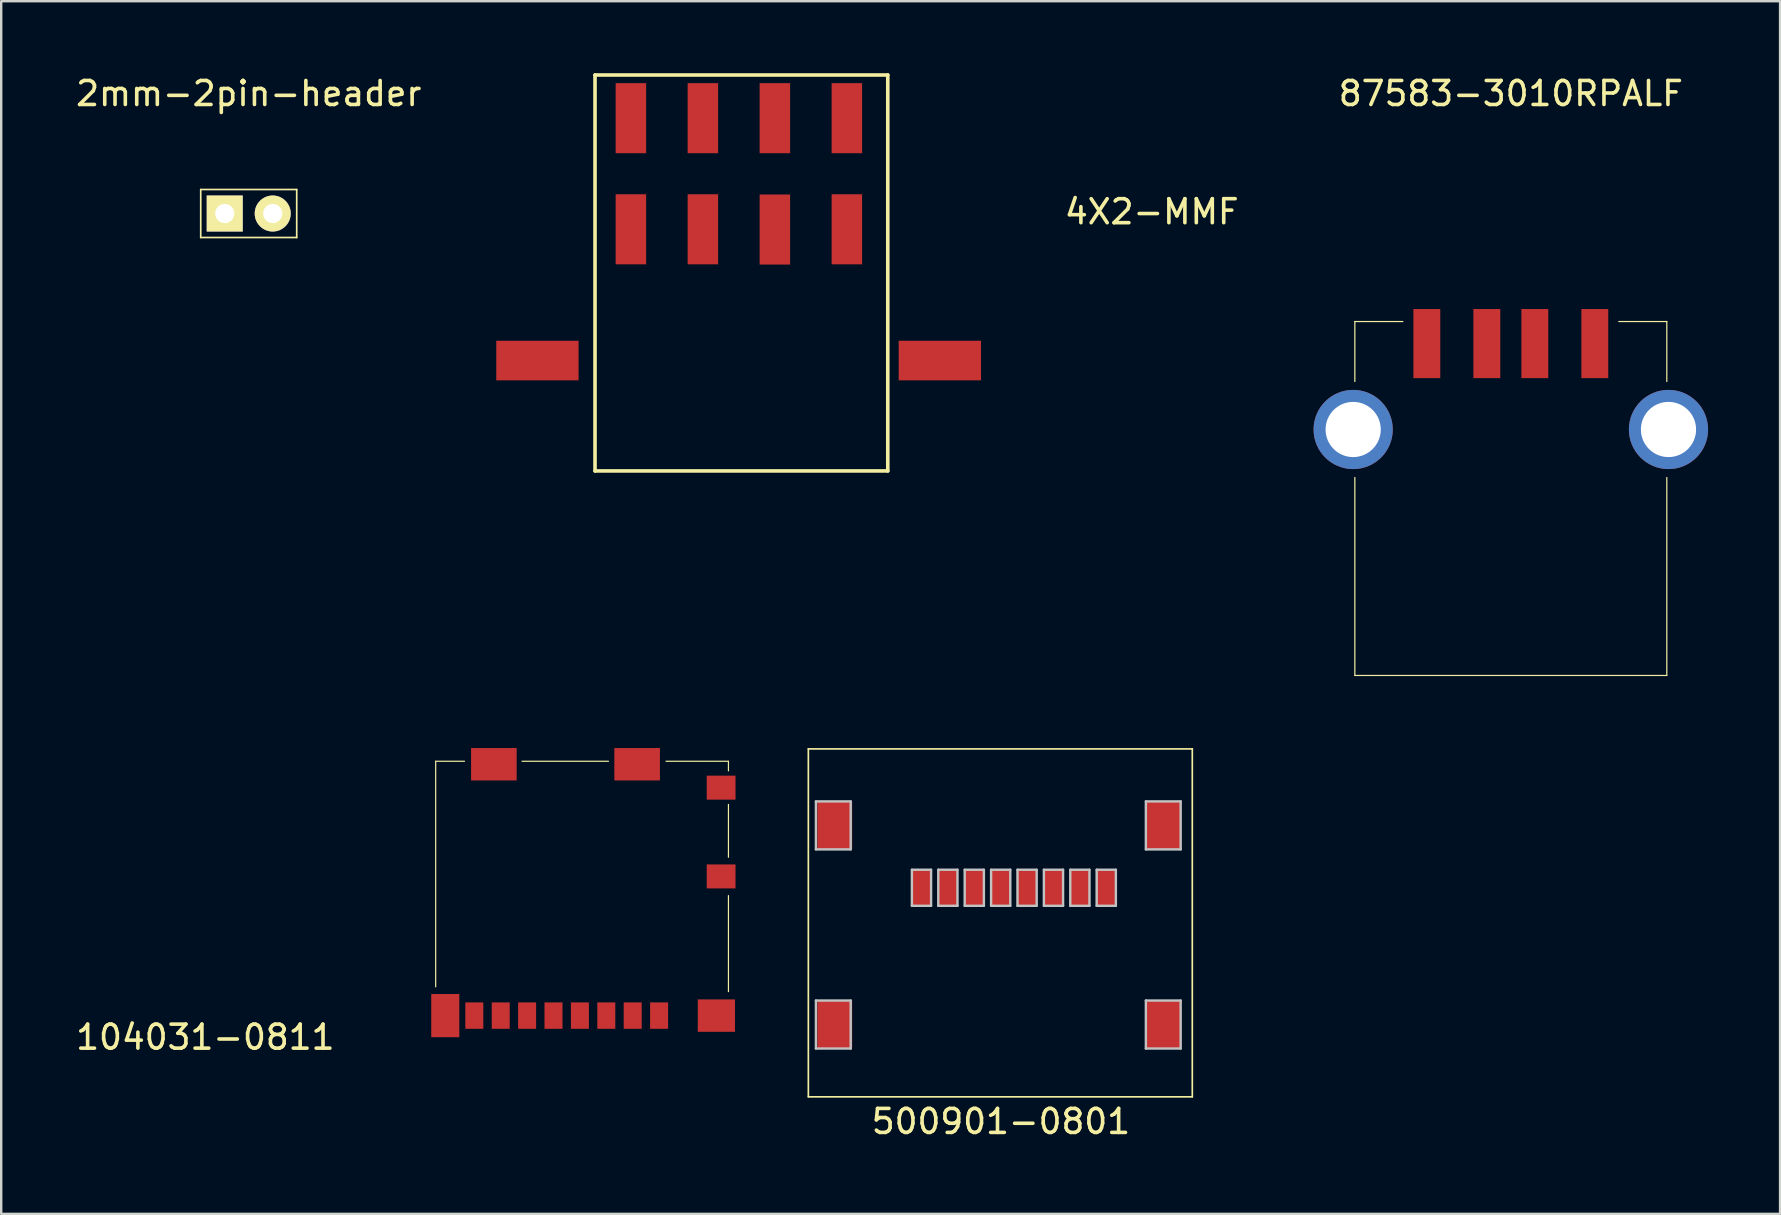
<source format=kicad_pcb>
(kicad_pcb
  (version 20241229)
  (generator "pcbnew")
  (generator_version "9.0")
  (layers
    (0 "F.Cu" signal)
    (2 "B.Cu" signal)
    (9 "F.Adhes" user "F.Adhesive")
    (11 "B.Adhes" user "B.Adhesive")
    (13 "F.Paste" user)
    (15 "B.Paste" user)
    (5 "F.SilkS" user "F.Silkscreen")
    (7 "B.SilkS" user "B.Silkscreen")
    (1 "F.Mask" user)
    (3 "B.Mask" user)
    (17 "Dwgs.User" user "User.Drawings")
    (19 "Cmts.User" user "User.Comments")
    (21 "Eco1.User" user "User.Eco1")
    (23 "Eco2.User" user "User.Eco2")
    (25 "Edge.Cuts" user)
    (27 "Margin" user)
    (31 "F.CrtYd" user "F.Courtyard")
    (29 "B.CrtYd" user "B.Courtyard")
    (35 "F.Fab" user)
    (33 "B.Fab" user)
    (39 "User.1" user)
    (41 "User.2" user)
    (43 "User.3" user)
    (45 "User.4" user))
  (footprint "87583-3010RPALF"
    (layer "F.Cu")
    (at 59.91 14.848)
    (property "Reference" "87583-3010RPALF" (at 0 -14 0) (layer "F.SilkS") (effects (font (size 1 1) (thickness 0.15))))
    (attr through_hole)
    (fp_line (start -6.5 -4.5) (end -6.5 -2) (stroke (width 0.05) (type solid)) (layer "F.SilkS"))
    (fp_line (start -6.5 -4.5) (end -4.5 -4.5) (stroke (width 0.05) (type solid)) (layer "F.SilkS"))
    (fp_line (start -6.5 2) (end -6.5 10.25) (stroke (width 0.05) (type solid)) (layer "F.SilkS"))
    (fp_line (start -6.5 10.25) (end 6.5 10.25) (stroke (width 0.05) (type solid)) (layer "F.SilkS"))
    (fp_line (start 6.5 -4.5) (end 4.5 -4.5) (stroke (width 0.05) (type solid)) (layer "F.SilkS"))
    (fp_line (start 6.5 -2) (end 6.5 -4.5) (stroke (width 0.05) (type solid)) (layer "F.SilkS"))
    (fp_line (start 6.5 10.25) (end 6.5 2) (stroke (width 0.05) (type solid)) (layer "F.SilkS"))
    (pad "1" smd rect (at -3.5 -3.58) (size 1.12 2.88) (layers "F.Cu" "F.Mask" "F.Paste"))
    (pad "2" smd rect (at -1 -3.58) (size 1.12 2.88) (layers "F.Cu" "F.Mask" "F.Paste"))
    (pad "3" smd rect (at 1 -3.58) (size 1.12 2.88) (layers "F.Cu" "F.Mask" "F.Paste"))
    (pad "4" smd rect (at 3.5 -3.58) (size 1.12 2.88) (layers "F.Cu" "F.Mask" "F.Paste"))
    (pad "5" thru_hole circle (at -6.57 0) (size 3.3 3.3) (drill 2.3) (layers "*.Cu" "*.Mask"))
    (pad "5" thru_hole circle (at 6.57 0) (size 3.3 3.3) (drill 2.3) (layers "*.Cu" "*.Mask")))
  (footprint "104031-0811"
    (layer "F.Cu")
    (at 15.506 39.273)
    (property "Reference" "104031-0811" (at -10 0.9 0) (layer "F.SilkS") (effects (font (size 1 1) (thickness 0.15))))
    (attr through_hole)
    (fp_line (start -0.4 -10.6) (end 0.8 -10.6) (stroke (width 0.05) (type solid)) (layer "F.SilkS"))
    (fp_line (start -0.4 -1.2) (end -0.4 -10.6) (stroke (width 0.05) (type solid)) (layer "F.SilkS"))
    (fp_line (start 3.2 -10.6) (end 6.8 -10.6) (stroke (width 0.05) (type solid)) (layer "F.SilkS"))
    (fp_line (start 9.2 -10.6) (end 11.8 -10.6) (stroke (width 0.05) (type solid)) (layer "F.SilkS"))
    (fp_line (start 11.8 -10.6) (end 11.8 -10.2) (stroke (width 0.05) (type solid)) (layer "F.SilkS"))
    (fp_line (start 11.8 -8.8) (end 11.8 -6.6) (stroke (width 0.05) (type solid)) (layer "F.SilkS"))
    (fp_line (start 11.8 -5) (end 11.8 -1) (stroke (width 0.05) (type solid)) (layer "F.SilkS"))
    (pad "CLK" smd rect (at 5.61 0) (size 0.75 1.1) (layers "F.Cu" "F.Mask" "F.Paste"))
    (pad "CMD" smd rect (at 3.41 0) (size 0.75 1.1) (layers "F.Cu" "F.Mask" "F.Paste"))
    (pad "D0" smd rect (at 7.81 0) (size 0.75 1.1) (layers "F.Cu" "F.Mask" "F.Paste"))
    (pad "D1" smd rect (at 8.91 0) (size 0.75 1.1) (layers "F.Cu" "F.Mask" "F.Paste"))
    (pad "D2" smd rect (at 1.21 0) (size 0.75 1.1) (layers "F.Cu" "F.Mask" "F.Paste"))
    (pad "D3" smd rect (at 2.31 0) (size 0.75 1.1) (layers "F.Cu" "F.Mask" "F.Paste"))
    (pad "G1" smd rect (at 11.297 0) (size 1.55 1.35) (layers "F.Cu" "F.Mask" "F.Paste"))
    (pad "G2" smd rect (at 0 0) (size 1.17 1.8) (layers "F.Cu" "F.Mask" "F.Paste"))
    (pad "G3" smd rect (at 2.025 -10.475) (size 1.9 1.35) (layers "F.Cu" "F.Mask" "F.Paste"))
    (pad "G4" smd rect (at 7.995 -10.475) (size 1.9 1.35) (layers "F.Cu" "F.Mask" "F.Paste"))
    (pad "SW1" smd rect (at 11.495 -9.5) (size 1.2 1) (layers "F.Cu" "F.Mask" "F.Paste"))
    (pad "SW2" smd rect (at 11.495 -5.8) (size 1.2 1) (layers "F.Cu" "F.Mask" "F.Paste"))
    (pad "VDD" smd rect (at 4.51 0) (size 0.75 1.1) (layers "F.Cu" "F.Mask" "F.Paste"))
    (pad "VSS" smd rect (at 6.71 0) (size 0.75 1.1) (layers "F.Cu" "F.Mask" "F.Paste")))
  (footprint "500901-0801"
    (layer "F.Cu")
    (at 38.136 38.658)
    (property "Reference" "500901-0801" (at 0.525 5.027 180) (layer "F.SilkS") (effects (font (size 1 1) (thickness 0.15))))
    (attr through_hole)
    (fp_line (start -7.5 -10.5) (end -7.5 4) (stroke (width 0.07) (type solid)) (layer "F.SilkS"))
    (fp_line (start -7.5 -10.5) (end 8.5 -10.5) (stroke (width 0.07) (type solid)) (layer "F.SilkS"))
    (fp_line (start 8.5 -10.5) (end 8.5 4) (stroke (width 0.07) (type solid)) (layer "F.SilkS"))
    (fp_line (start 8.5 4) (end -7.5 4) (stroke (width 0.07) (type solid)) (layer "F.SilkS"))
    (fp_line (start -7.185 -8.312) (end -5.735 -8.312) (stroke (width 0.1) (type solid)) (layer "Dwgs.User"))
    (fp_line (start -7.185 -6.312) (end -7.185 -8.312) (stroke (width 0.1) (type solid)) (layer "Dwgs.User"))
    (fp_line (start -7.185 -0.013) (end -5.735 -0.013) (stroke (width 0.1) (type solid)) (layer "Dwgs.User"))
    (fp_line (start -7.185 1.988) (end -7.185 -0.013) (stroke (width 0.1) (type solid)) (layer "Dwgs.User"))
    (fp_line (start -5.735 -8.312) (end -5.735 -6.312) (stroke (width 0.1) (type solid)) (layer "Dwgs.User"))
    (fp_line (start -5.735 -6.312) (end -7.185 -6.312) (stroke (width 0.1) (type solid)) (layer "Dwgs.User"))
    (fp_line (start -5.735 -0.013) (end -5.735 1.988) (stroke (width 0.1) (type solid)) (layer "Dwgs.User"))
    (fp_line (start -5.735 1.988) (end -7.185 1.988) (stroke (width 0.1) (type solid)) (layer "Dwgs.User"))
    (fp_line (start -3.185 -5.463) (end -2.385 -5.463) (stroke (width 0.1) (type solid)) (layer "Dwgs.User"))
    (fp_line (start -3.185 -3.962) (end -3.185 -5.463) (stroke (width 0.1) (type solid)) (layer "Dwgs.User"))
    (fp_line (start -2.385 -5.463) (end -2.385 -3.962) (stroke (width 0.1) (type solid)) (layer "Dwgs.User"))
    (fp_line (start -2.385 -3.962) (end -3.185 -3.962) (stroke (width 0.1) (type solid)) (layer "Dwgs.User"))
    (fp_line (start -2.085 -5.463) (end -1.285 -5.463) (stroke (width 0.1) (type solid)) (layer "Dwgs.User"))
    (fp_line (start -2.085 -3.962) (end -2.085 -5.463) (stroke (width 0.1) (type solid)) (layer "Dwgs.User"))
    (fp_line (start -1.285 -5.463) (end -1.285 -3.962) (stroke (width 0.1) (type solid)) (layer "Dwgs.User"))
    (fp_line (start -1.285 -3.962) (end -2.085 -3.962) (stroke (width 0.1) (type solid)) (layer "Dwgs.User"))
    (fp_line (start -0.985 -5.463) (end -0.185 -5.463) (stroke (width 0.1) (type solid)) (layer "Dwgs.User"))
    (fp_line (start -0.985 -3.962) (end -0.985 -5.463) (stroke (width 0.1) (type solid)) (layer "Dwgs.User"))
    (fp_line (start -0.185 -5.463) (end -0.185 -3.962) (stroke (width 0.1) (type solid)) (layer "Dwgs.User"))
    (fp_line (start -0.185 -3.962) (end -0.985 -3.962) (stroke (width 0.1) (type solid)) (layer "Dwgs.User"))
    (fp_line (start 0.115 -5.463) (end 0.915 -5.463) (stroke (width 0.1) (type solid)) (layer "Dwgs.User"))
    (fp_line (start 0.115 -3.962) (end 0.115 -5.463) (stroke (width 0.1) (type solid)) (layer "Dwgs.User"))
    (fp_line (start 0.915 -5.463) (end 0.915 -3.962) (stroke (width 0.1) (type solid)) (layer "Dwgs.User"))
    (fp_line (start 0.915 -3.962) (end 0.115 -3.962) (stroke (width 0.1) (type solid)) (layer "Dwgs.User"))
    (fp_line (start 1.215 -5.463) (end 2.015 -5.463) (stroke (width 0.1) (type solid)) (layer "Dwgs.User"))
    (fp_line (start 1.215 -3.962) (end 1.215 -5.463) (stroke (width 0.1) (type solid)) (layer "Dwgs.User"))
    (fp_line (start 2.015 -5.463) (end 2.015 -3.962) (stroke (width 0.1) (type solid)) (layer "Dwgs.User"))
    (fp_line (start 2.015 -3.962) (end 1.215 -3.962) (stroke (width 0.1) (type solid)) (layer "Dwgs.User"))
    (fp_line (start 2.315 -5.463) (end 3.115 -5.463) (stroke (width 0.1) (type solid)) (layer "Dwgs.User"))
    (fp_line (start 2.315 -3.962) (end 2.315 -5.463) (stroke (width 0.1) (type solid)) (layer "Dwgs.User"))
    (fp_line (start 3.115 -5.463) (end 3.115 -3.962) (stroke (width 0.1) (type solid)) (layer "Dwgs.User"))
    (fp_line (start 3.115 -3.962) (end 2.315 -3.962) (stroke (width 0.1) (type solid)) (layer "Dwgs.User"))
    (fp_line (start 3.415 -5.463) (end 4.215 -5.463) (stroke (width 0.1) (type solid)) (layer "Dwgs.User"))
    (fp_line (start 3.415 -3.962) (end 3.415 -5.463) (stroke (width 0.1) (type solid)) (layer "Dwgs.User"))
    (fp_line (start 4.215 -5.463) (end 4.215 -3.962) (stroke (width 0.1) (type solid)) (layer "Dwgs.User"))
    (fp_line (start 4.215 -3.962) (end 3.415 -3.962) (stroke (width 0.1) (type solid)) (layer "Dwgs.User"))
    (fp_line (start 4.515 -5.463) (end 5.315 -5.463) (stroke (width 0.1) (type solid)) (layer "Dwgs.User"))
    (fp_line (start 4.515 -3.962) (end 4.515 -5.463) (stroke (width 0.1) (type solid)) (layer "Dwgs.User"))
    (fp_line (start 5.315 -5.463) (end 5.315 -3.962) (stroke (width 0.1) (type solid)) (layer "Dwgs.User"))
    (fp_line (start 5.315 -3.962) (end 4.515 -3.962) (stroke (width 0.1) (type solid)) (layer "Dwgs.User"))
    (fp_line (start 6.565 -8.312) (end 8.015 -8.312) (stroke (width 0.1) (type solid)) (layer "Dwgs.User"))
    (fp_line (start 6.565 -6.312) (end 6.565 -8.312) (stroke (width 0.1) (type solid)) (layer "Dwgs.User"))
    (fp_line (start 6.565 -0.013) (end 8.015 -0.013) (stroke (width 0.1) (type solid)) (layer "Dwgs.User"))
    (fp_line (start 6.565 1.988) (end 6.565 -0.013) (stroke (width 0.1) (type solid)) (layer "Dwgs.User"))
    (fp_line (start 8.015 -8.312) (end 8.015 -6.312) (stroke (width 0.1) (type solid)) (layer "Dwgs.User"))
    (fp_line (start 8.015 -6.312) (end 6.565 -6.312) (stroke (width 0.1) (type solid)) (layer "Dwgs.User"))
    (fp_line (start 8.015 -0.013) (end 8.015 1.988) (stroke (width 0.1) (type solid)) (layer "Dwgs.User"))
    (fp_line (start 8.015 1.988) (end 6.565 1.988) (stroke (width 0.1) (type solid)) (layer "Dwgs.User"))
    (pad "CLK" smd rect (at 1.625 -4.723 180) (size 0.8 1.5) (layers "F.Cu" "F.Mask" "F.Paste"))
    (pad "CMD" smd rect (at -0.575 -4.723 180) (size 0.8 1.5) (layers "F.Cu" "F.Mask" "F.Paste"))
    (pad "D0" smd rect (at 3.825 -4.723 180) (size 0.8 1.5) (layers "F.Cu" "F.Mask" "F.Paste"))
    (pad "D1" smd rect (at 4.925 -4.723 180) (size 0.8 1.5) (layers "F.Cu" "F.Mask" "F.Paste"))
    (pad "D2" smd rect (at -2.775 -4.723 180) (size 0.8 1.5) (layers "F.Cu" "F.Mask" "F.Paste"))
    (pad "D3" smd rect (at -1.675 -4.723 180) (size 0.8 1.5) (layers "F.Cu" "F.Mask" "F.Paste"))
    (pad "G1" smd rect (at -6.4 -7.322 180) (size 1.45 2) (layers "F.Cu" "F.Mask" "F.Paste"))
    (pad "G2" smd rect (at -6.4 0.978 180) (size 1.45 2) (layers "F.Cu" "F.Mask" "F.Paste"))
    (pad "G3" smd rect (at 7.305 0.978 180) (size 1.45 2) (layers "F.Cu" "F.Mask" "F.Paste"))
    (pad "G4" smd rect (at 7.305 -7.322 180) (size 1.45 2) (layers "F.Cu" "F.Mask" "F.Paste"))
    (pad "VDD" smd rect (at 0.525 -4.723 180) (size 0.8 1.5) (layers "F.Cu" "F.Mask" "F.Paste"))
    (pad "VSS" smd rect (at 2.725 -4.723 180) (size 0.8 1.5) (layers "F.Cu" "F.Mask" "F.Paste")))
  (footprint "2mm-2pin-header"
    (layer "F.Cu")
    (at 7.315 5.848)
    (property "Reference" "2mm-2pin-header" (at 0 -5 0) (layer "F.SilkS") (effects (font (size 1 1) (thickness 0.15))))
    (attr through_hole)
    (fp_line (start -2 -1) (end -2 1) (stroke (width 0.07) (type solid)) (layer "F.SilkS"))
    (fp_line (start -2 1) (end 2 1) (stroke (width 0.07) (type solid)) (layer "F.SilkS"))
    (fp_line (start 2 -1) (end -2 -1) (stroke (width 0.07) (type solid)) (layer "F.SilkS"))
    (fp_line (start 2 1) (end 2 -1) (stroke (width 0.07) (type solid)) (layer "F.SilkS"))
    (pad "1" thru_hole rect (at -1 0) (size 1.5 1.5) (drill 0.8) (layers "*.Cu" "*.Mask" "F.SilkS"))
    (pad "2" thru_hole circle (at 1 0) (size 1.5 1.5) (drill 0.8) (layers "*.Cu" "*.Mask" "F.SilkS")))
  (footprint "4X2-MMF"
    (layer "F.Cu")
    (at 19.346 11.975)
    (property "Reference" "4X2-MMF" (at 25.6 -6.2 0) (layer "F.SilkS") (effects (font (size 1 1) (thickness 0.15))))
    (attr through_hole)
    (fp_line (start 2.4 -11.9) (end 14.6 -11.9) (stroke (width 0.15) (type solid)) (layer "F.SilkS"))
    (fp_line (start 2.4 4.6) (end 2.4 -11.9) (stroke (width 0.15) (type solid)) (layer "F.SilkS"))
    (fp_line (start 14.6 -11.9) (end 14.6 4.6) (stroke (width 0.15) (type solid)) (layer "F.SilkS"))
    (fp_line (start 14.6 4.6) (end 2.4 4.6) (stroke (width 0.15) (type solid)) (layer "F.SilkS"))
    (pad "1" smd rect (at 12.895 -5.47) (size 1.27 2.92) (layers "F.Cu" "F.Mask" "F.Paste"))
    (pad "2" smd rect (at 9.895 -5.46) (size 1.27 2.92) (layers "F.Cu" "F.Mask" "F.Paste"))
    (pad "3" smd rect (at 6.895 -5.47) (size 1.27 2.92) (layers "F.Cu" "F.Mask" "F.Paste"))
    (pad "4" smd rect (at 3.895 -5.47) (size 1.27 2.92) (layers "F.Cu" "F.Mask" "F.Paste"))
    (pad "5" smd rect (at 12.895 -10.1) (size 1.27 2.92) (layers "F.Cu" "F.Mask" "F.Paste"))
    (pad "6" smd rect (at 9.895 -10.1) (size 1.27 2.92) (layers "F.Cu" "F.Mask" "F.Paste"))
    (pad "7" smd rect (at 6.895 -10.1) (size 1.27 2.92) (layers "F.Cu" "F.Mask" "F.Paste"))
    (pad "8" smd rect (at 3.895 -10.1) (size 1.27 2.92) (layers "F.Cu" "F.Mask" "F.Paste"))
    (pad "9" smd rect (at 0 0) (size 3.43 1.65) (layers "F.Cu" "F.Mask" "F.Paste"))
    (pad "10" smd rect (at 16.77 0) (size 3.43 1.65) (layers "F.Cu" "F.Mask" "F.Paste")))
  (gr_rect
    (start -3 -3)
    (end 71.13 47.534)
    (stroke (width 0.1) (type default))
    (fill no)
    (layer "Edge.Cuts")))
</source>
